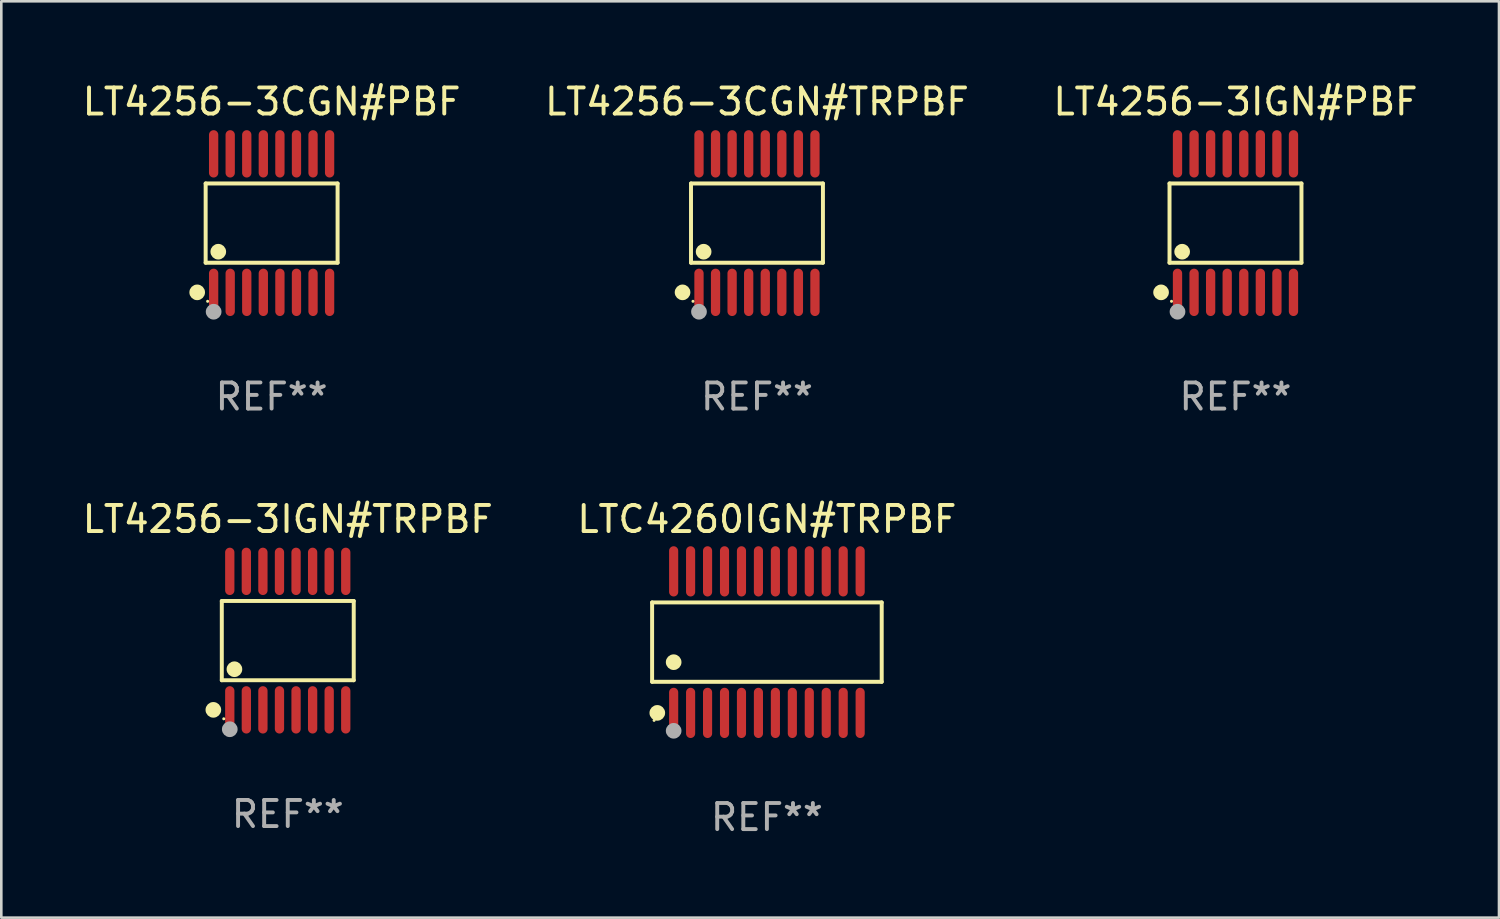
<source format=kicad_pcb>
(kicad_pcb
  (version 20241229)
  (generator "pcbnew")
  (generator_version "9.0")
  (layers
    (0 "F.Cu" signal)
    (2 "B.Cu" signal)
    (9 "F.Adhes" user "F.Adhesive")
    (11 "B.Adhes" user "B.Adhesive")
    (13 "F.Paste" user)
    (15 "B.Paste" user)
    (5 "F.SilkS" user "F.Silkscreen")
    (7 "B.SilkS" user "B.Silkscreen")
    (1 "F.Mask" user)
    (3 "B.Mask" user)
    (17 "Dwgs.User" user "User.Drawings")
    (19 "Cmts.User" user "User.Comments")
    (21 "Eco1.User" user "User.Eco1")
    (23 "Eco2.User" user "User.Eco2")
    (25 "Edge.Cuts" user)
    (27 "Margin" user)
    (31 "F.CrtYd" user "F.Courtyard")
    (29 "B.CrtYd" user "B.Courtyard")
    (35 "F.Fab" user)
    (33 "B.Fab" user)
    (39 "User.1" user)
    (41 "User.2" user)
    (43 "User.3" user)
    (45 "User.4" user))
  (footprint "LT4256-3IGN#TRPBF"
    (layer "F.Cu")
    (at 7.982 21.509)
    (property "Reference" "LT4256-3IGN#TRPBF" (at 0 -4.655 0) (layer "F.SilkS") (effects (font (size 1 1) (thickness 0.15))))
    (attr through_hole)
    (fp_line (start -2.529 -1.519) (end 2.529 -1.519) (stroke (width 0.152) (type solid)) (layer "F.SilkS"))
    (fp_line (start -2.529 1.519) (end -2.529 -1.519) (stroke (width 0.152) (type solid)) (layer "F.SilkS"))
    (fp_line (start 2.529 -1.519) (end 2.529 1.519) (stroke (width 0.152) (type solid)) (layer "F.SilkS"))
    (fp_line (start 2.529 1.519) (end -2.529 1.519) (stroke (width 0.152) (type solid)) (layer "F.SilkS"))
    (fp_circle (center -2.853 2.655) (end -2.703 2.655) (stroke (width 0.3) (type solid)) (fill no) (layer "F.SilkS"))
    (fp_circle (center -2.453 2.998) (end -2.423 2.998) (stroke (width 0.06) (type solid)) (fill no) (layer "F.SilkS"))
    (fp_circle (center -2.045 1.097) (end -1.895 1.097) (stroke (width 0.3) (type solid)) (fill no) (layer "F.SilkS"))
    (fp_circle (center -2.223 3.398) (end -2.072 3.398) (stroke (width 0.3) (type solid)) (fill no) (layer "F.Fab"))
    (fp_text user "REF**" (at 0 6.655 0) (layer "F.Fab") (effects (font (size 1 1) (thickness 0.15))))
    (pad "1" smd oval (at -2.223 2.655) (size 0.356 1.815) (layers "F.Cu" "F.Mask" "F.Paste"))
    (pad "2" smd oval (at -1.588 2.655) (size 0.356 1.815) (layers "F.Cu" "F.Mask" "F.Paste"))
    (pad "3" smd oval (at -0.953 2.655) (size 0.356 1.815) (layers "F.Cu" "F.Mask" "F.Paste"))
    (pad "4" smd oval (at -0.318 2.655) (size 0.356 1.815) (layers "F.Cu" "F.Mask" "F.Paste"))
    (pad "5" smd oval (at 0.318 2.655) (size 0.356 1.815) (layers "F.Cu" "F.Mask" "F.Paste"))
    (pad "6" smd oval (at 0.953 2.655) (size 0.356 1.815) (layers "F.Cu" "F.Mask" "F.Paste"))
    (pad "7" smd oval (at 1.588 2.655) (size 0.356 1.815) (layers "F.Cu" "F.Mask" "F.Paste"))
    (pad "8" smd oval (at 2.223 2.655) (size 0.356 1.815) (layers "F.Cu" "F.Mask" "F.Paste"))
    (pad "9" smd oval (at 2.223 -2.655) (size 0.356 1.815) (layers "F.Cu" "F.Mask" "F.Paste"))
    (pad "10" smd oval (at 1.588 -2.655) (size 0.356 1.815) (layers "F.Cu" "F.Mask" "F.Paste"))
    (pad "11" smd oval (at 0.953 -2.655) (size 0.356 1.815) (layers "F.Cu" "F.Mask" "F.Paste"))
    (pad "12" smd oval (at 0.318 -2.655) (size 0.356 1.815) (layers "F.Cu" "F.Mask" "F.Paste"))
    (pad "13" smd oval (at -0.318 -2.655) (size 0.356 1.815) (layers "F.Cu" "F.Mask" "F.Paste"))
    (pad "14" smd oval (at -0.953 -2.655) (size 0.356 1.815) (layers "F.Cu" "F.Mask" "F.Paste"))
    (pad "15" smd oval (at -1.588 -2.655) (size 0.356 1.815) (layers "F.Cu" "F.Mask" "F.Paste"))
    (pad "16" smd oval (at -2.223 -2.655) (size 0.356 1.815) (layers "F.Cu" "F.Mask" "F.Paste")))
  (footprint "LT4256-3IGN#PBF"
    (layer "F.Cu")
    (at 44.315 5.503)
    (property "Reference" "LT4256-3IGN#PBF" (at 0 -4.655 0) (layer "F.SilkS") (effects (font (size 1 1) (thickness 0.15))))
    (attr through_hole)
    (fp_line (start -2.529 -1.519) (end 2.529 -1.519) (stroke (width 0.152) (type solid)) (layer "F.SilkS"))
    (fp_line (start -2.529 1.519) (end -2.529 -1.519) (stroke (width 0.152) (type solid)) (layer "F.SilkS"))
    (fp_line (start 2.529 -1.519) (end 2.529 1.519) (stroke (width 0.152) (type solid)) (layer "F.SilkS"))
    (fp_line (start 2.529 1.519) (end -2.529 1.519) (stroke (width 0.152) (type solid)) (layer "F.SilkS"))
    (fp_circle (center -2.853 2.655) (end -2.703 2.655) (stroke (width 0.3) (type solid)) (fill no) (layer "F.SilkS"))
    (fp_circle (center -2.453 2.998) (end -2.423 2.998) (stroke (width 0.06) (type solid)) (fill no) (layer "F.SilkS"))
    (fp_circle (center -2.045 1.097) (end -1.895 1.097) (stroke (width 0.3) (type solid)) (fill no) (layer "F.SilkS"))
    (fp_circle (center -2.223 3.398) (end -2.072 3.398) (stroke (width 0.3) (type solid)) (fill no) (layer "F.Fab"))
    (fp_text user "REF**" (at 0 6.655 0) (layer "F.Fab") (effects (font (size 1 1) (thickness 0.15))))
    (pad "1" smd oval (at -2.223 2.655) (size 0.356 1.815) (layers "F.Cu" "F.Mask" "F.Paste"))
    (pad "2" smd oval (at -1.588 2.655) (size 0.356 1.815) (layers "F.Cu" "F.Mask" "F.Paste"))
    (pad "3" smd oval (at -0.953 2.655) (size 0.356 1.815) (layers "F.Cu" "F.Mask" "F.Paste"))
    (pad "4" smd oval (at -0.318 2.655) (size 0.356 1.815) (layers "F.Cu" "F.Mask" "F.Paste"))
    (pad "5" smd oval (at 0.318 2.655) (size 0.356 1.815) (layers "F.Cu" "F.Mask" "F.Paste"))
    (pad "6" smd oval (at 0.953 2.655) (size 0.356 1.815) (layers "F.Cu" "F.Mask" "F.Paste"))
    (pad "7" smd oval (at 1.588 2.655) (size 0.356 1.815) (layers "F.Cu" "F.Mask" "F.Paste"))
    (pad "8" smd oval (at 2.223 2.655) (size 0.356 1.815) (layers "F.Cu" "F.Mask" "F.Paste"))
    (pad "9" smd oval (at 2.223 -2.655) (size 0.356 1.815) (layers "F.Cu" "F.Mask" "F.Paste"))
    (pad "10" smd oval (at 1.588 -2.655) (size 0.356 1.815) (layers "F.Cu" "F.Mask" "F.Paste"))
    (pad "11" smd oval (at 0.953 -2.655) (size 0.356 1.815) (layers "F.Cu" "F.Mask" "F.Paste"))
    (pad "12" smd oval (at 0.318 -2.655) (size 0.356 1.815) (layers "F.Cu" "F.Mask" "F.Paste"))
    (pad "13" smd oval (at -0.318 -2.655) (size 0.356 1.815) (layers "F.Cu" "F.Mask" "F.Paste"))
    (pad "14" smd oval (at -0.953 -2.655) (size 0.356 1.815) (layers "F.Cu" "F.Mask" "F.Paste"))
    (pad "15" smd oval (at -1.588 -2.655) (size 0.356 1.815) (layers "F.Cu" "F.Mask" "F.Paste"))
    (pad "16" smd oval (at -2.223 -2.655) (size 0.356 1.815) (layers "F.Cu" "F.Mask" "F.Paste")))
  (footprint "LTC4260IGN#TRPBF"
    (layer "F.Cu")
    (at 26.351 21.567)
    (property "Reference" "LTC4260IGN#TRPBF" (at 0 -4.713 0) (layer "F.SilkS") (effects (font (size 1 1) (thickness 0.15))))
    (attr through_hole)
    (fp_line (start -4.401 -1.521) (end 4.401 -1.521) (stroke (width 0.152) (type solid)) (layer "F.SilkS"))
    (fp_line (start -4.401 1.521) (end -4.401 -1.521) (stroke (width 0.152) (type solid)) (layer "F.SilkS"))
    (fp_line (start 4.401 -1.521) (end 4.401 1.521) (stroke (width 0.152) (type solid)) (layer "F.SilkS"))
    (fp_line (start 4.401 1.521) (end -4.401 1.521) (stroke (width 0.152) (type solid)) (layer "F.SilkS"))
    (fp_circle (center -4.325 3) (end -4.295 3) (stroke (width 0.06) (type solid)) (fill no) (layer "F.SilkS"))
    (fp_circle (center -4.202 2.713) (end -4.052 2.713) (stroke (width 0.3) (type solid)) (fill no) (layer "F.SilkS"))
    (fp_circle (center -3.575 0.769) (end -3.425 0.769) (stroke (width 0.3) (type solid)) (fill no) (layer "F.SilkS"))
    (fp_circle (center -3.575 3.4) (end -3.425 3.4) (stroke (width 0.3) (type solid)) (fill no) (layer "F.Fab"))
    (fp_text user "REF**" (at 0 6.713 0) (layer "F.Fab") (effects (font (size 1 1) (thickness 0.15))))
    (pad "1" smd oval (at -3.575 2.713) (size 0.35 1.926) (layers "F.Cu" "F.Mask" "F.Paste"))
    (pad "2" smd oval (at -2.925 2.713) (size 0.35 1.926) (layers "F.Cu" "F.Mask" "F.Paste"))
    (pad "3" smd oval (at -2.275 2.713) (size 0.35 1.926) (layers "F.Cu" "F.Mask" "F.Paste"))
    (pad "4" smd oval (at -1.625 2.713) (size 0.35 1.926) (layers "F.Cu" "F.Mask" "F.Paste"))
    (pad "5" smd oval (at -0.975 2.713) (size 0.35 1.926) (layers "F.Cu" "F.Mask" "F.Paste"))
    (pad "6" smd oval (at -0.325 2.713) (size 0.35 1.926) (layers "F.Cu" "F.Mask" "F.Paste"))
    (pad "7" smd oval (at 0.325 2.713) (size 0.35 1.926) (layers "F.Cu" "F.Mask" "F.Paste"))
    (pad "8" smd oval (at 0.975 2.713) (size 0.35 1.926) (layers "F.Cu" "F.Mask" "F.Paste"))
    (pad "9" smd oval (at 1.625 2.713) (size 0.35 1.926) (layers "F.Cu" "F.Mask" "F.Paste"))
    (pad "10" smd oval (at 2.275 2.713) (size 0.35 1.926) (layers "F.Cu" "F.Mask" "F.Paste"))
    (pad "11" smd oval (at 2.925 2.713) (size 0.35 1.926) (layers "F.Cu" "F.Mask" "F.Paste"))
    (pad "12" smd oval (at 3.575 2.713) (size 0.35 1.926) (layers "F.Cu" "F.Mask" "F.Paste"))
    (pad "13" smd oval (at 3.575 -2.713) (size 0.35 1.926) (layers "F.Cu" "F.Mask" "F.Paste"))
    (pad "14" smd oval (at 2.925 -2.713) (size 0.35 1.926) (layers "F.Cu" "F.Mask" "F.Paste"))
    (pad "15" smd oval (at 2.275 -2.713) (size 0.35 1.926) (layers "F.Cu" "F.Mask" "F.Paste"))
    (pad "16" smd oval (at 1.625 -2.713) (size 0.35 1.926) (layers "F.Cu" "F.Mask" "F.Paste"))
    (pad "17" smd oval (at 0.975 -2.713) (size 0.35 1.926) (layers "F.Cu" "F.Mask" "F.Paste"))
    (pad "18" smd oval (at 0.325 -2.713) (size 0.35 1.926) (layers "F.Cu" "F.Mask" "F.Paste"))
    (pad "19" smd oval (at -0.325 -2.713) (size 0.35 1.926) (layers "F.Cu" "F.Mask" "F.Paste"))
    (pad "20" smd oval (at -0.975 -2.713) (size 0.35 1.926) (layers "F.Cu" "F.Mask" "F.Paste"))
    (pad "21" smd oval (at -1.625 -2.713) (size 0.35 1.926) (layers "F.Cu" "F.Mask" "F.Paste"))
    (pad "22" smd oval (at -2.275 -2.713) (size 0.35 1.926) (layers "F.Cu" "F.Mask" "F.Paste"))
    (pad "23" smd oval (at -2.925 -2.713) (size 0.35 1.926) (layers "F.Cu" "F.Mask" "F.Paste"))
    (pad "24" smd oval (at -3.575 -2.713) (size 0.35 1.926) (layers "F.Cu" "F.Mask" "F.Paste")))
  (footprint "LT4256-3CGN#TRPBF"
    (layer "F.Cu")
    (at 25.97 5.503)
    (property "Reference" "LT4256-3CGN#TRPBF" (at 0 -4.655 0) (layer "F.SilkS") (effects (font (size 1 1) (thickness 0.15))))
    (attr through_hole)
    (fp_line (start -2.529 -1.519) (end 2.529 -1.519) (stroke (width 0.152) (type solid)) (layer "F.SilkS"))
    (fp_line (start -2.529 1.519) (end -2.529 -1.519) (stroke (width 0.152) (type solid)) (layer "F.SilkS"))
    (fp_line (start 2.529 -1.519) (end 2.529 1.519) (stroke (width 0.152) (type solid)) (layer "F.SilkS"))
    (fp_line (start 2.529 1.519) (end -2.529 1.519) (stroke (width 0.152) (type solid)) (layer "F.SilkS"))
    (fp_circle (center -2.853 2.655) (end -2.703 2.655) (stroke (width 0.3) (type solid)) (fill no) (layer "F.SilkS"))
    (fp_circle (center -2.453 2.998) (end -2.423 2.998) (stroke (width 0.06) (type solid)) (fill no) (layer "F.SilkS"))
    (fp_circle (center -2.045 1.097) (end -1.895 1.097) (stroke (width 0.3) (type solid)) (fill no) (layer "F.SilkS"))
    (fp_circle (center -2.223 3.398) (end -2.072 3.398) (stroke (width 0.3) (type solid)) (fill no) (layer "F.Fab"))
    (fp_text user "REF**" (at 0 6.655 0) (layer "F.Fab") (effects (font (size 1 1) (thickness 0.15))))
    (pad "1" smd oval (at -2.223 2.655) (size 0.356 1.815) (layers "F.Cu" "F.Mask" "F.Paste"))
    (pad "2" smd oval (at -1.588 2.655) (size 0.356 1.815) (layers "F.Cu" "F.Mask" "F.Paste"))
    (pad "3" smd oval (at -0.953 2.655) (size 0.356 1.815) (layers "F.Cu" "F.Mask" "F.Paste"))
    (pad "4" smd oval (at -0.318 2.655) (size 0.356 1.815) (layers "F.Cu" "F.Mask" "F.Paste"))
    (pad "5" smd oval (at 0.318 2.655) (size 0.356 1.815) (layers "F.Cu" "F.Mask" "F.Paste"))
    (pad "6" smd oval (at 0.953 2.655) (size 0.356 1.815) (layers "F.Cu" "F.Mask" "F.Paste"))
    (pad "7" smd oval (at 1.588 2.655) (size 0.356 1.815) (layers "F.Cu" "F.Mask" "F.Paste"))
    (pad "8" smd oval (at 2.223 2.655) (size 0.356 1.815) (layers "F.Cu" "F.Mask" "F.Paste"))
    (pad "9" smd oval (at 2.223 -2.655) (size 0.356 1.815) (layers "F.Cu" "F.Mask" "F.Paste"))
    (pad "10" smd oval (at 1.588 -2.655) (size 0.356 1.815) (layers "F.Cu" "F.Mask" "F.Paste"))
    (pad "11" smd oval (at 0.953 -2.655) (size 0.356 1.815) (layers "F.Cu" "F.Mask" "F.Paste"))
    (pad "12" smd oval (at 0.318 -2.655) (size 0.356 1.815) (layers "F.Cu" "F.Mask" "F.Paste"))
    (pad "13" smd oval (at -0.318 -2.655) (size 0.356 1.815) (layers "F.Cu" "F.Mask" "F.Paste"))
    (pad "14" smd oval (at -0.953 -2.655) (size 0.356 1.815) (layers "F.Cu" "F.Mask" "F.Paste"))
    (pad "15" smd oval (at -1.588 -2.655) (size 0.356 1.815) (layers "F.Cu" "F.Mask" "F.Paste"))
    (pad "16" smd oval (at -2.223 -2.655) (size 0.356 1.815) (layers "F.Cu" "F.Mask" "F.Paste")))
  (footprint "LT4256-3CGN#PBF"
    (layer "F.Cu")
    (at 7.363 5.503)
    (property "Reference" "LT4256-3CGN#PBF" (at 0 -4.655 0) (layer "F.SilkS") (effects (font (size 1 1) (thickness 0.15))))
    (attr through_hole)
    (fp_line (start -2.529 -1.519) (end 2.529 -1.519) (stroke (width 0.152) (type solid)) (layer "F.SilkS"))
    (fp_line (start -2.529 1.519) (end -2.529 -1.519) (stroke (width 0.152) (type solid)) (layer "F.SilkS"))
    (fp_line (start 2.529 -1.519) (end 2.529 1.519) (stroke (width 0.152) (type solid)) (layer "F.SilkS"))
    (fp_line (start 2.529 1.519) (end -2.529 1.519) (stroke (width 0.152) (type solid)) (layer "F.SilkS"))
    (fp_circle (center -2.853 2.655) (end -2.703 2.655) (stroke (width 0.3) (type solid)) (fill no) (layer "F.SilkS"))
    (fp_circle (center -2.453 2.998) (end -2.423 2.998) (stroke (width 0.06) (type solid)) (fill no) (layer "F.SilkS"))
    (fp_circle (center -2.045 1.097) (end -1.895 1.097) (stroke (width 0.3) (type solid)) (fill no) (layer "F.SilkS"))
    (fp_circle (center -2.223 3.398) (end -2.072 3.398) (stroke (width 0.3) (type solid)) (fill no) (layer "F.Fab"))
    (fp_text user "REF**" (at 0 6.655 0) (layer "F.Fab") (effects (font (size 1 1) (thickness 0.15))))
    (pad "1" smd oval (at -2.223 2.655) (size 0.356 1.815) (layers "F.Cu" "F.Mask" "F.Paste"))
    (pad "2" smd oval (at -1.588 2.655) (size 0.356 1.815) (layers "F.Cu" "F.Mask" "F.Paste"))
    (pad "3" smd oval (at -0.953 2.655) (size 0.356 1.815) (layers "F.Cu" "F.Mask" "F.Paste"))
    (pad "4" smd oval (at -0.318 2.655) (size 0.356 1.815) (layers "F.Cu" "F.Mask" "F.Paste"))
    (pad "5" smd oval (at 0.318 2.655) (size 0.356 1.815) (layers "F.Cu" "F.Mask" "F.Paste"))
    (pad "6" smd oval (at 0.953 2.655) (size 0.356 1.815) (layers "F.Cu" "F.Mask" "F.Paste"))
    (pad "7" smd oval (at 1.588 2.655) (size 0.356 1.815) (layers "F.Cu" "F.Mask" "F.Paste"))
    (pad "8" smd oval (at 2.223 2.655) (size 0.356 1.815) (layers "F.Cu" "F.Mask" "F.Paste"))
    (pad "9" smd oval (at 2.223 -2.655) (size 0.356 1.815) (layers "F.Cu" "F.Mask" "F.Paste"))
    (pad "10" smd oval (at 1.588 -2.655) (size 0.356 1.815) (layers "F.Cu" "F.Mask" "F.Paste"))
    (pad "11" smd oval (at 0.953 -2.655) (size 0.356 1.815) (layers "F.Cu" "F.Mask" "F.Paste"))
    (pad "12" smd oval (at 0.318 -2.655) (size 0.356 1.815) (layers "F.Cu" "F.Mask" "F.Paste"))
    (pad "13" smd oval (at -0.318 -2.655) (size 0.356 1.815) (layers "F.Cu" "F.Mask" "F.Paste"))
    (pad "14" smd oval (at -0.953 -2.655) (size 0.356 1.815) (layers "F.Cu" "F.Mask" "F.Paste"))
    (pad "15" smd oval (at -1.588 -2.655) (size 0.356 1.815) (layers "F.Cu" "F.Mask" "F.Paste"))
    (pad "16" smd oval (at -2.223 -2.655) (size 0.356 1.815) (layers "F.Cu" "F.Mask" "F.Paste")))
  (gr_rect
    (start -3 -3)
    (end 54.417 32.129)
    (stroke (width 0.1) (type default))
    (fill no)
    (layer "Edge.Cuts")))
</source>
